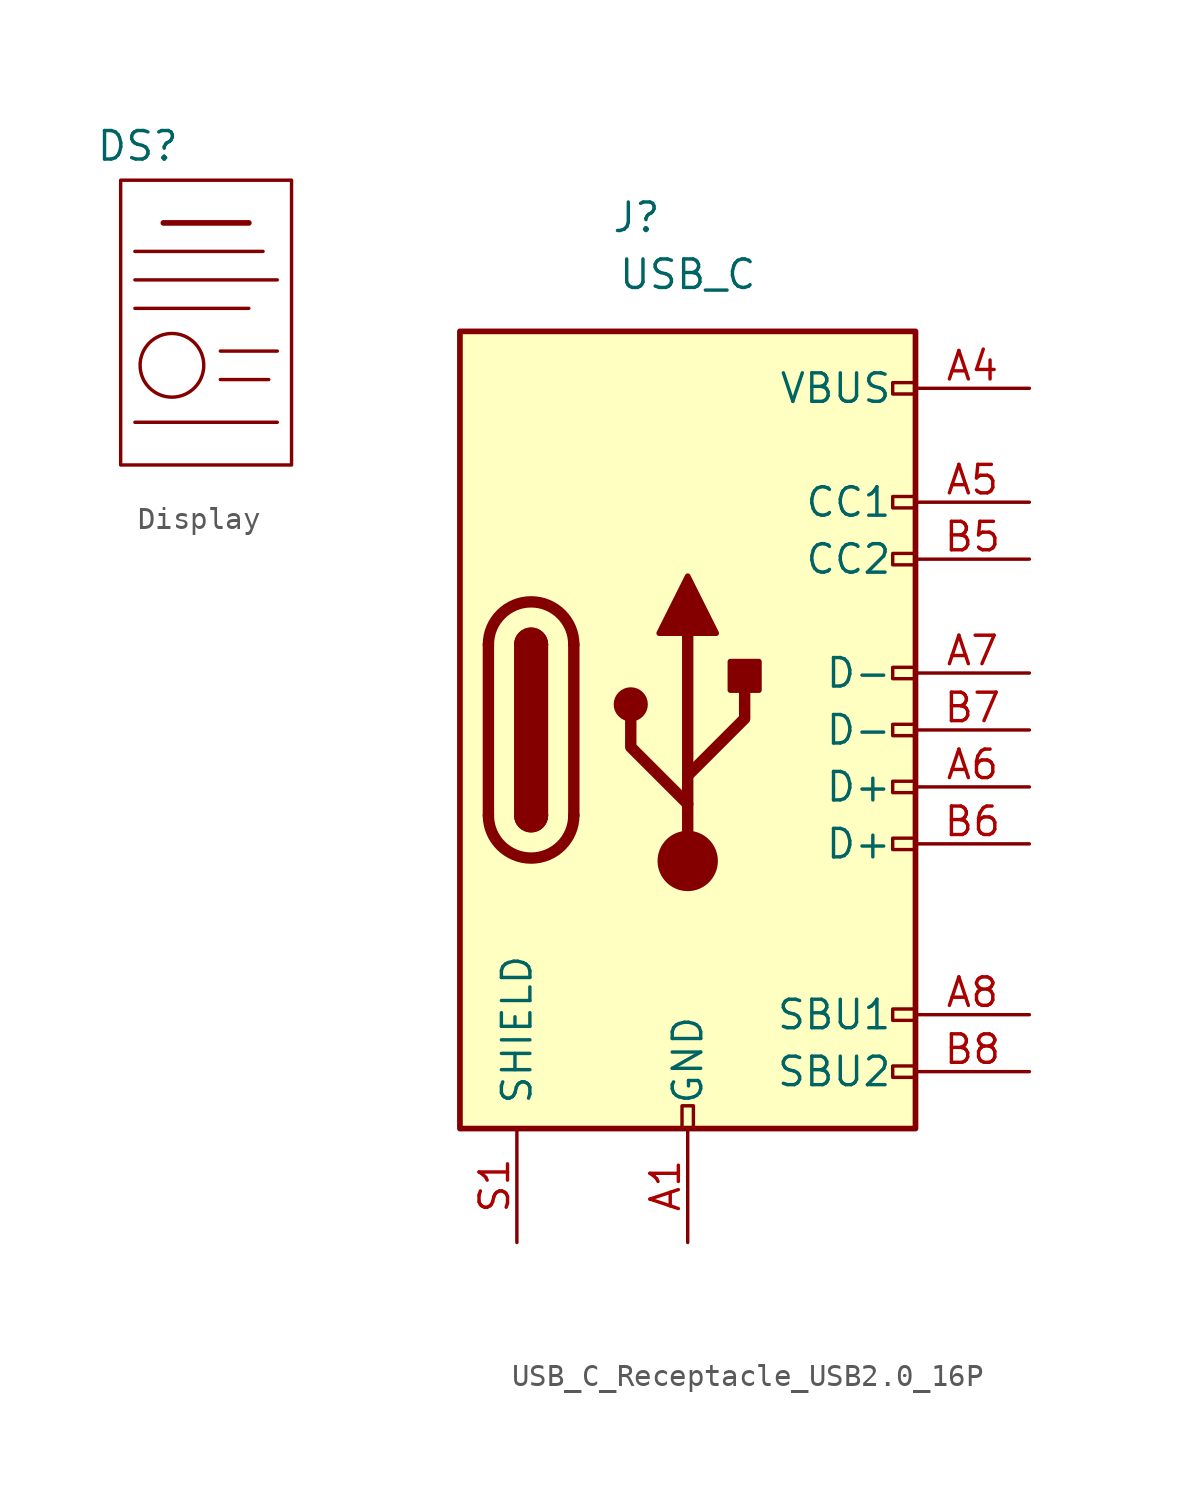
<source format=kicad_sym>
(kicad_symbol_lib
  (version 20241209)
  (generator "kicad_symbol_editor")
  (generator_version "9.0")
  (symbol "Display"
    (property "Reference" "DS"
      (at -3.048 7.874 0)
      (effects (font (size 1.27 1.27))))
    (property "Value" ""
      (at 0 0 0)
      (effects (font (size 1.27 1.27))))
    (symbol "Display_0_1"
      (rectangle (start -3.81 6.35) (end 3.81 -6.35) (stroke (width 0) (type default)) (fill (type none)))
      (polyline (pts (xy -3.175 3.175) (xy 2.54 3.175)) (stroke (width 0) (type default)) (fill (type none)))
      (polyline (pts (xy -3.175 1.905) (xy 3.175 1.905)) (stroke (width 0) (type default)) (fill (type none)))
      (polyline (pts (xy -3.175 0.635) (xy 1.905 0.635)) (stroke (width 0) (type default)) (fill (type none)))
      (polyline (pts (xy -3.175 -4.445) (xy 3.175 -4.445)) (stroke (width 0) (type default)) (fill (type none)))
      (circle (center -1.524 -1.905) (radius 1.42) (stroke (width 0) (type default)) (fill (type none)))
      (polyline (pts (xy 0.635 -1.27) (xy 3.175 -1.27)) (stroke (width 0) (type default)) (fill (type none)))
      (polyline (pts (xy 0.635 -2.54) (xy 2.794 -2.54)) (stroke (width 0) (type default)) (fill (type none)))
      (polyline (pts (xy 1.905 4.445) (xy -1.905 4.445)) (stroke (width 0.254) (type default)) (fill (type none)))))
  (symbol "USB_C_Receptacle_USB2.0_16P"
    (pin_names
      (offset 1.016))
    (property "Reference" "J"
      (at -2.286 22.86 0)
      (effects (font (size 1.27 1.27))))
    (property "Value" "USB_C"
      (at 0 20.32 0)
      (effects (font (size 1.27 1.27))))
    (symbol "USB_C_Receptacle_USB2.0_16P_0_0"
      (rectangle (start -0.254 -17.78) (end 0.254 -16.764) (stroke (width 0) (type default)) (fill (type none)))
      (rectangle (start 10.16 15.494) (end 9.144 14.986) (stroke (width 0) (type default)) (fill (type none)))
      (rectangle (start 10.16 10.414) (end 9.144 9.906) (stroke (width 0) (type default)) (fill (type none)))
      (rectangle (start 10.16 7.874) (end 9.144 7.366) (stroke (width 0) (type default)) (fill (type none)))
      (rectangle (start 10.16 2.794) (end 9.144 2.286) (stroke (width 0) (type default)) (fill (type none)))
      (rectangle (start 10.16 0.254) (end 9.144 -0.254) (stroke (width 0) (type default)) (fill (type none)))
      (rectangle (start 10.16 -2.286) (end 9.144 -2.794) (stroke (width 0) (type default)) (fill (type none)))
      (rectangle (start 10.16 -4.826) (end 9.144 -5.334) (stroke (width 0) (type default)) (fill (type none)))
      (rectangle (start 10.16 -12.446) (end 9.144 -12.954) (stroke (width 0) (type default)) (fill (type none)))
      (rectangle (start 10.16 -14.986) (end 9.144 -15.494) (stroke (width 0) (type default)) (fill (type none))))
    (symbol "USB_C_Receptacle_USB2.0_16P_0_1"
      (rectangle (start -10.16 17.78) (end 10.16 -17.78) (stroke (width 0.254) (type default)) (fill (type background)))
      (polyline (pts (xy -8.89 -3.81) (xy -8.89 3.81)) (stroke (width 0.508) (type default)) (fill (type none)))
      (rectangle (start -7.62 -3.81) (end -6.35 3.81) (stroke (width 0.254) (type default)) (fill (type outline)))
      (arc (start -7.62 3.81) (mid -6.985 4.4423) (end -6.35 3.81) (stroke (width 0.254) (type default)) (fill (type none)))
      (arc (start -7.62 3.81) (mid -6.985 4.4423) (end -6.35 3.81) (stroke (width 0.254) (type default)) (fill (type outline)))
      (arc (start -8.89 3.81) (mid -6.985 5.7067) (end -5.08 3.81) (stroke (width 0.508) (type default)) (fill (type none)))
      (arc (start -5.08 -3.81) (mid -6.985 -5.7067) (end -8.89 -3.81) (stroke (width 0.508) (type default)) (fill (type none)))
      (arc (start -6.35 -3.81) (mid -6.985 -4.4423) (end -7.62 -3.81) (stroke (width 0.254) (type default)) (fill (type none)))
      (arc (start -6.35 -3.81) (mid -6.985 -4.4423) (end -7.62 -3.81) (stroke (width 0.254) (type default)) (fill (type outline)))
      (polyline (pts (xy -5.08 3.81) (xy -5.08 -3.81)) (stroke (width 0.508) (type default)) (fill (type none)))
      (circle (center -2.54 1.143) (radius 0.635) (stroke (width 0.254) (type default)) (fill (type outline)))
      (polyline (pts (xy -1.27 4.318) (xy 0 6.858) (xy 1.27 4.318) (xy -1.27 4.318)) (stroke (width 0.254) (type default)) (fill (type outline)))
      (polyline (pts (xy 0 -2.032) (xy 2.54 0.508) (xy 2.54 1.778)) (stroke (width 0.508) (type default)) (fill (type none)))
      (polyline (pts (xy 0 -3.302) (xy -2.54 -0.762) (xy -2.54 0.508)) (stroke (width 0.508) (type default)) (fill (type none)))
      (polyline (pts (xy 0 -5.842) (xy 0 4.318)) (stroke (width 0.508) (type default)) (fill (type none)))
      (circle (center 0 -5.842) (radius 1.27) (stroke (width 0) (type default)) (fill (type outline)))
      (rectangle (start 1.905 1.778) (end 3.175 3.048) (stroke (width 0.254) (type default)) (fill (type outline))))
    (symbol "USB_C_Receptacle_USB2.0_16P_1_1"
      (pin passive line (at -7.62 -22.86 90) (length 5.08) (name "SHIELD" (effects (font (size 1.27 1.27)))) (number "S1" (effects (font (size 1.27 1.27)))))
      (pin power_out line (at 0 -22.86 90) (length 5.08) (name "GND" (effects (font (size 1.27 1.27)))) (number "A1" (effects (font (size 1.27 1.27)))))
      (pin passive line (at 0 -22.86 90) (length 5.08) (hide yes) (name "GND" (effects (font (size 1.27 1.27)))) (number "A12" (effects (font (size 1.27 1.27)))))
      (pin passive line (at 0 -22.86 90) (length 5.08) (hide yes) (name "GND" (effects (font (size 1.27 1.27)))) (number "B1" (effects (font (size 1.27 1.27)))))
      (pin passive line (at 0 -22.86 90) (length 5.08) (hide yes) (name "GND" (effects (font (size 1.27 1.27)))) (number "B12" (effects (font (size 1.27 1.27)))))
      (pin power_out line (at 15.24 15.24 180) (length 5.08) (name "VBUS" (effects (font (size 1.27 1.27)))) (number "A4" (effects (font (size 1.27 1.27)))))
      (pin passive line (at 15.24 15.24 180) (length 5.08) (hide yes) (name "VBUS" (effects (font (size 1.27 1.27)))) (number "A9" (effects (font (size 1.27 1.27)))))
      (pin passive line (at 15.24 15.24 180) (length 5.08) (hide yes) (name "VBUS" (effects (font (size 1.27 1.27)))) (number "B4" (effects (font (size 1.27 1.27)))))
      (pin passive line (at 15.24 15.24 180) (length 5.08) (hide yes) (name "VBUS" (effects (font (size 1.27 1.27)))) (number "B9" (effects (font (size 1.27 1.27)))))
      (pin bidirectional line (at 15.24 10.16 180) (length 5.08) (name "CC1" (effects (font (size 1.27 1.27)))) (number "A5" (effects (font (size 1.27 1.27)))))
      (pin bidirectional line (at 15.24 7.62 180) (length 5.08) (name "CC2" (effects (font (size 1.27 1.27)))) (number "B5" (effects (font (size 1.27 1.27)))))
      (pin bidirectional line (at 15.24 2.54 180) (length 5.08) (name "D-" (effects (font (size 1.27 1.27)))) (number "A7" (effects (font (size 1.27 1.27)))))
      (pin bidirectional line (at 15.24 0 180) (length 5.08) (name "D-" (effects (font (size 1.27 1.27)))) (number "B7" (effects (font (size 1.27 1.27)))))
      (pin bidirectional line (at 15.24 -2.54 180) (length 5.08) (name "D+" (effects (font (size 1.27 1.27)))) (number "A6" (effects (font (size 1.27 1.27)))))
      (pin bidirectional line (at 15.24 -5.08 180) (length 5.08) (name "D+" (effects (font (size 1.27 1.27)))) (number "B6" (effects (font (size 1.27 1.27)))))
      (pin bidirectional line (at 15.24 -12.7 180) (length 5.08) (name "SBU1" (effects (font (size 1.27 1.27)))) (number "A8" (effects (font (size 1.27 1.27)))))
      (pin bidirectional line (at 15.24 -15.24 180) (length 5.08) (name "SBU2" (effects (font (size 1.27 1.27)))) (number "B8" (effects (font (size 1.27 1.27))))))))
</source>
